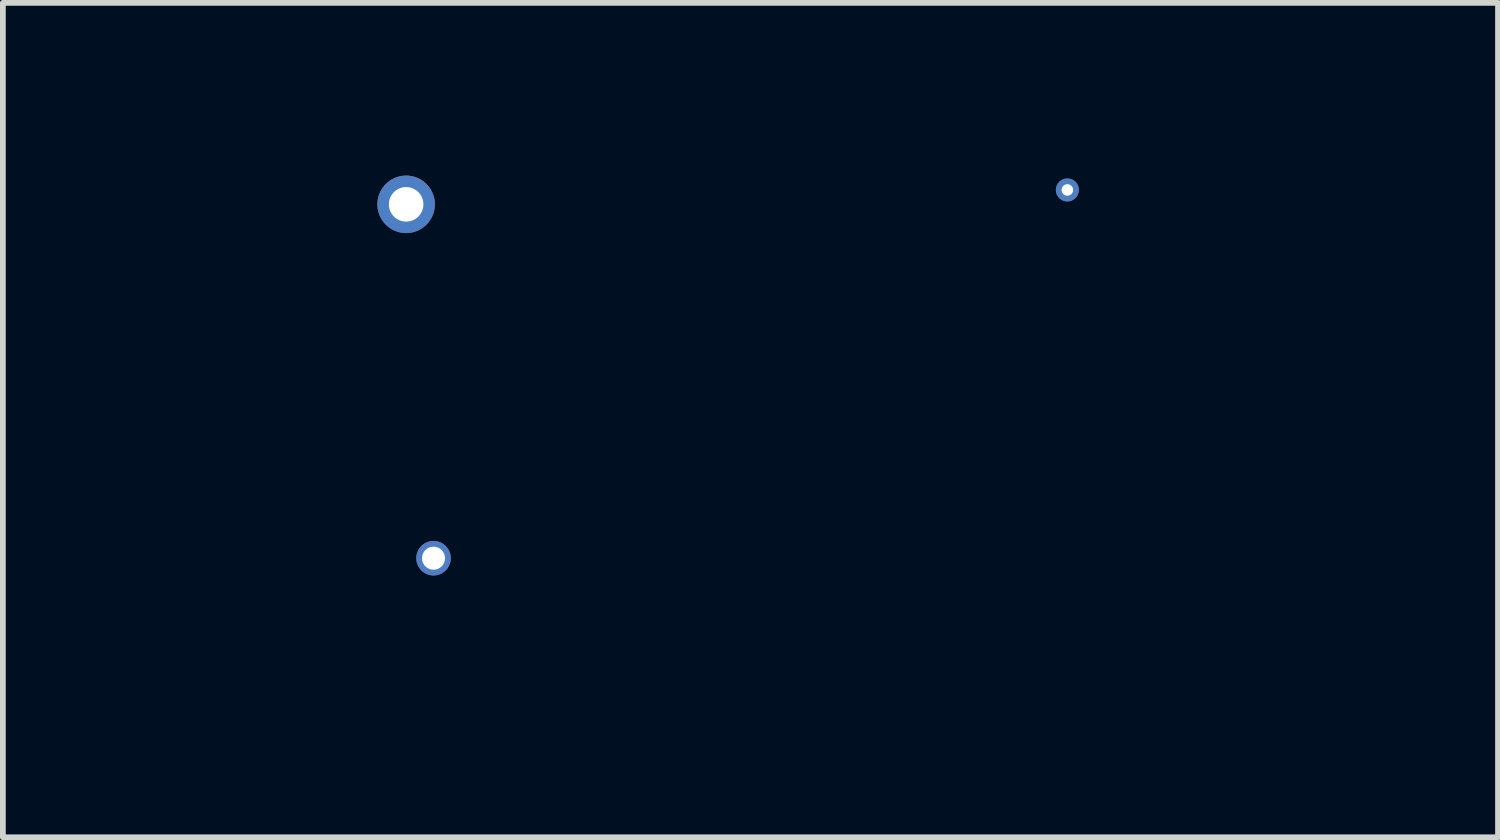
<source format=kicad_pcb>
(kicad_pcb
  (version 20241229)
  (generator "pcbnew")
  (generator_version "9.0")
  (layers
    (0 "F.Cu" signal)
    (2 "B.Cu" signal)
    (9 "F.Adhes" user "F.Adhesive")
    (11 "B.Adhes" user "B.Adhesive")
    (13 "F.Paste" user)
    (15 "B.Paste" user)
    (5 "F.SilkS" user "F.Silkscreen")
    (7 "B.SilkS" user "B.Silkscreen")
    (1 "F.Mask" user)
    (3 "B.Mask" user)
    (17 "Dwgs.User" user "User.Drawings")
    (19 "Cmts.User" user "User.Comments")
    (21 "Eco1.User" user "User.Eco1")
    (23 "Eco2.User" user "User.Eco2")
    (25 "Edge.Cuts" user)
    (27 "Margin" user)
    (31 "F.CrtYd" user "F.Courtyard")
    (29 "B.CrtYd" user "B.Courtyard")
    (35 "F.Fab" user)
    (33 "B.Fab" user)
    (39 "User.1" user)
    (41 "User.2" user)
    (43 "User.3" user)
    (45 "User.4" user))
  (footprint "Via_GND_06"
    (layer "F.Cu")
    (at 4.482 6.648)
    (property "Reference" "Via_GND_06" (at 0 1 0) (layer "Eco2.User") (effects (font (size 1 1) (thickness 0.15))))
    (attr through_hole)
    (pad "1" thru_hole circle (at 0 0) (size 0.6 0.6) (drill 0.4) (layers "*.Cu")))
  (footprint "Via_GND_1"
    (layer "F.Cu")
    (at 4.006 0.5)
    (property "Reference" "Via_GND_1" (at 0 2 0) (layer "Eco2.User") (effects (font (size 1 1) (thickness 0.15))))
    (attr through_hole)
    (pad "1" thru_hole circle (at 0 0) (size 1 1) (drill 0.6) (layers "*.Cu")))
  (footprint "Via_GND_04"
    (layer "F.Cu")
    (at 15.494 0.25)
    (property "Reference" "Via_GND_04" (at 0 1 0) (layer "Eco2.User") (effects (font (size 1 1) (thickness 0.15))))
    (attr through_hole)
    (pad "1" thru_hole circle (at 0 0) (size 0.4 0.4) (drill 0.2) (layers "*.Cu")))
  (gr_rect
    (start -3 -3)
    (end 22.976 11.496)
    (stroke (width 0.1) (type default))
    (fill no)
    (layer "Edge.Cuts")))
</source>
